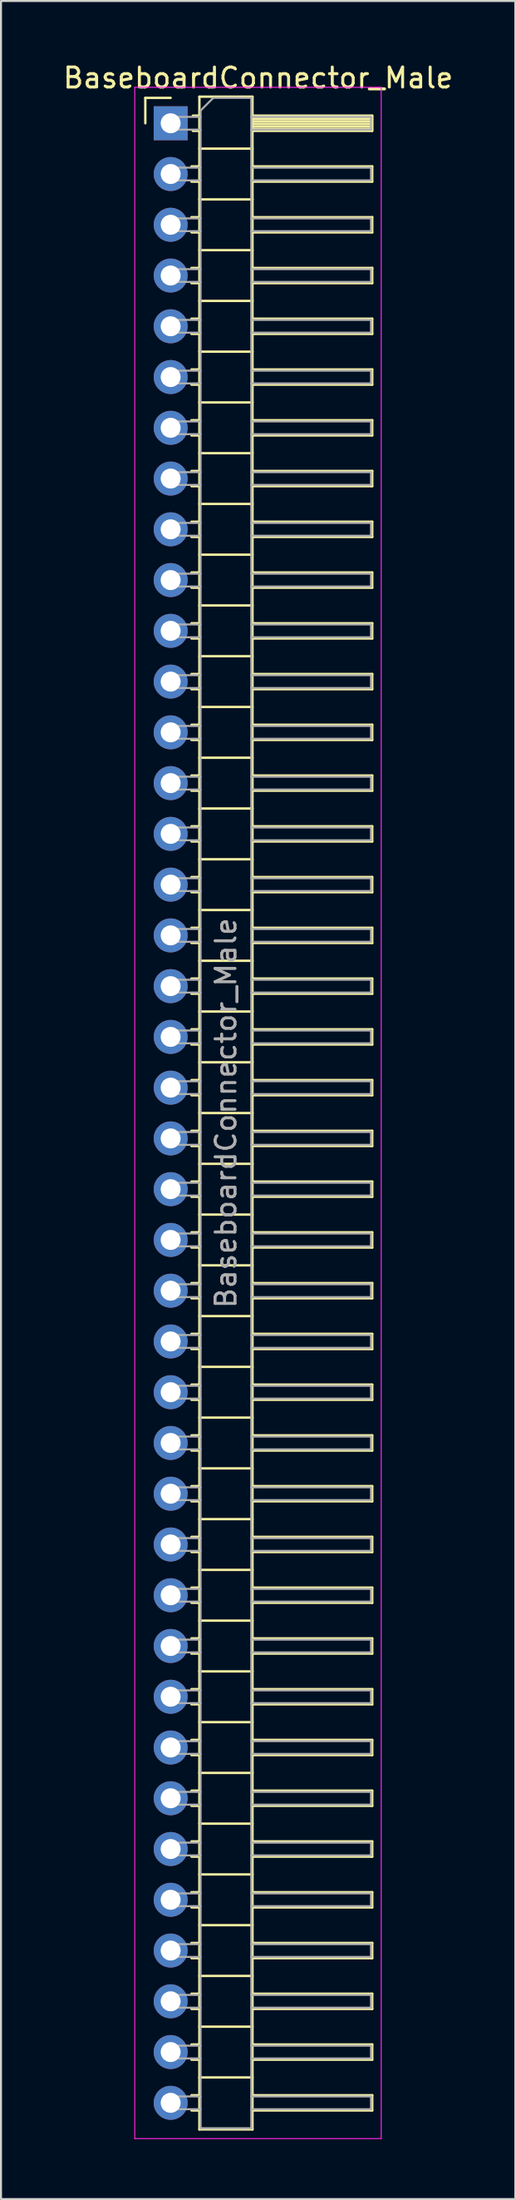
<source format=kicad_pcb>
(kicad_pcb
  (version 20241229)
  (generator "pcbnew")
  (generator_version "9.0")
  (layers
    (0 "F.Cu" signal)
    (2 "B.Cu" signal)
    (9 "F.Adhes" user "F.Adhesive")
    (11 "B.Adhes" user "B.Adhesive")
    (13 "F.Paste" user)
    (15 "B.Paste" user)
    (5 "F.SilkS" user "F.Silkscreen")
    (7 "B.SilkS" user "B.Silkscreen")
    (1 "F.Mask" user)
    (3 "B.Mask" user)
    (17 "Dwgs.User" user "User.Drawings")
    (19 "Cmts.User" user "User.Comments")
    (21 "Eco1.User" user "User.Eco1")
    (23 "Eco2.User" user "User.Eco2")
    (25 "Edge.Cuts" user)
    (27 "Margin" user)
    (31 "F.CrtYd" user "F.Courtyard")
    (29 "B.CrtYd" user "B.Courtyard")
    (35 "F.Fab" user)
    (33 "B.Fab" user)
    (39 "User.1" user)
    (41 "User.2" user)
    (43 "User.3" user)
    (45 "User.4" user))
  (footprint "BaseboardConnector_Male"
    (layer "F.Cu")
    (at 5.502 3.118)
    (property "Reference" "BaseboardConnector_Male" (at 4.385 -2.27 0) (layer "F.SilkS") (effects (font (size 1 1) (thickness 0.15))))
    (attr through_hole)
    (fp_line (start -1.27 -1.27) (end 0 -1.27) (stroke (width 0.12) (type solid)) (layer "F.SilkS"))
    (fp_line (start -1.27 0) (end -1.27 -1.27) (stroke (width 0.12) (type solid)) (layer "F.SilkS"))
    (fp_line (start 1.043 2.16) (end 1.44 2.16) (stroke (width 0.12) (type solid)) (layer "F.SilkS"))
    (fp_line (start 1.043 2.92) (end 1.44 2.92) (stroke (width 0.12) (type solid)) (layer "F.SilkS"))
    (fp_line (start 1.043 4.7) (end 1.44 4.7) (stroke (width 0.12) (type solid)) (layer "F.SilkS"))
    (fp_line (start 1.043 5.46) (end 1.44 5.46) (stroke (width 0.12) (type solid)) (layer "F.SilkS"))
    (fp_line (start 1.043 7.24) (end 1.44 7.24) (stroke (width 0.12) (type solid)) (layer "F.SilkS"))
    (fp_line (start 1.043 8) (end 1.44 8) (stroke (width 0.12) (type solid)) (layer "F.SilkS"))
    (fp_line (start 1.043 9.78) (end 1.44 9.78) (stroke (width 0.12) (type solid)) (layer "F.SilkS"))
    (fp_line (start 1.043 10.54) (end 1.44 10.54) (stroke (width 0.12) (type solid)) (layer "F.SilkS"))
    (fp_line (start 1.043 12.32) (end 1.44 12.32) (stroke (width 0.12) (type solid)) (layer "F.SilkS"))
    (fp_line (start 1.043 13.08) (end 1.44 13.08) (stroke (width 0.12) (type solid)) (layer "F.SilkS"))
    (fp_line (start 1.043 14.86) (end 1.44 14.86) (stroke (width 0.12) (type solid)) (layer "F.SilkS"))
    (fp_line (start 1.043 15.62) (end 1.44 15.62) (stroke (width 0.12) (type solid)) (layer "F.SilkS"))
    (fp_line (start 1.043 17.4) (end 1.44 17.4) (stroke (width 0.12) (type solid)) (layer "F.SilkS"))
    (fp_line (start 1.043 18.16) (end 1.44 18.16) (stroke (width 0.12) (type solid)) (layer "F.SilkS"))
    (fp_line (start 1.043 19.94) (end 1.44 19.94) (stroke (width 0.12) (type solid)) (layer "F.SilkS"))
    (fp_line (start 1.043 20.7) (end 1.44 20.7) (stroke (width 0.12) (type solid)) (layer "F.SilkS"))
    (fp_line (start 1.043 22.48) (end 1.44 22.48) (stroke (width 0.12) (type solid)) (layer "F.SilkS"))
    (fp_line (start 1.043 23.24) (end 1.44 23.24) (stroke (width 0.12) (type solid)) (layer "F.SilkS"))
    (fp_line (start 1.043 25.02) (end 1.44 25.02) (stroke (width 0.12) (type solid)) (layer "F.SilkS"))
    (fp_line (start 1.043 25.78) (end 1.44 25.78) (stroke (width 0.12) (type solid)) (layer "F.SilkS"))
    (fp_line (start 1.043 27.56) (end 1.44 27.56) (stroke (width 0.12) (type solid)) (layer "F.SilkS"))
    (fp_line (start 1.043 28.32) (end 1.44 28.32) (stroke (width 0.12) (type solid)) (layer "F.SilkS"))
    (fp_line (start 1.043 30.1) (end 1.44 30.1) (stroke (width 0.12) (type solid)) (layer "F.SilkS"))
    (fp_line (start 1.043 30.86) (end 1.44 30.86) (stroke (width 0.12) (type solid)) (layer "F.SilkS"))
    (fp_line (start 1.043 32.64) (end 1.44 32.64) (stroke (width 0.12) (type solid)) (layer "F.SilkS"))
    (fp_line (start 1.043 33.4) (end 1.44 33.4) (stroke (width 0.12) (type solid)) (layer "F.SilkS"))
    (fp_line (start 1.043 35.18) (end 1.44 35.18) (stroke (width 0.12) (type solid)) (layer "F.SilkS"))
    (fp_line (start 1.043 35.94) (end 1.44 35.94) (stroke (width 0.12) (type solid)) (layer "F.SilkS"))
    (fp_line (start 1.043 37.72) (end 1.44 37.72) (stroke (width 0.12) (type solid)) (layer "F.SilkS"))
    (fp_line (start 1.043 38.48) (end 1.44 38.48) (stroke (width 0.12) (type solid)) (layer "F.SilkS"))
    (fp_line (start 1.043 40.26) (end 1.44 40.26) (stroke (width 0.12) (type solid)) (layer "F.SilkS"))
    (fp_line (start 1.043 41.02) (end 1.44 41.02) (stroke (width 0.12) (type solid)) (layer "F.SilkS"))
    (fp_line (start 1.043 42.8) (end 1.44 42.8) (stroke (width 0.12) (type solid)) (layer "F.SilkS"))
    (fp_line (start 1.043 43.56) (end 1.44 43.56) (stroke (width 0.12) (type solid)) (layer "F.SilkS"))
    (fp_line (start 1.043 45.34) (end 1.44 45.34) (stroke (width 0.12) (type solid)) (layer "F.SilkS"))
    (fp_line (start 1.043 46.1) (end 1.44 46.1) (stroke (width 0.12) (type solid)) (layer "F.SilkS"))
    (fp_line (start 1.043 47.88) (end 1.44 47.88) (stroke (width 0.12) (type solid)) (layer "F.SilkS"))
    (fp_line (start 1.043 48.64) (end 1.44 48.64) (stroke (width 0.12) (type solid)) (layer "F.SilkS"))
    (fp_line (start 1.043 50.42) (end 1.44 50.42) (stroke (width 0.12) (type solid)) (layer "F.SilkS"))
    (fp_line (start 1.043 51.18) (end 1.44 51.18) (stroke (width 0.12) (type solid)) (layer "F.SilkS"))
    (fp_line (start 1.043 52.96) (end 1.44 52.96) (stroke (width 0.12) (type solid)) (layer "F.SilkS"))
    (fp_line (start 1.043 53.72) (end 1.44 53.72) (stroke (width 0.12) (type solid)) (layer "F.SilkS"))
    (fp_line (start 1.043 55.5) (end 1.44 55.5) (stroke (width 0.12) (type solid)) (layer "F.SilkS"))
    (fp_line (start 1.043 56.26) (end 1.44 56.26) (stroke (width 0.12) (type solid)) (layer "F.SilkS"))
    (fp_line (start 1.043 58.04) (end 1.44 58.04) (stroke (width 0.12) (type solid)) (layer "F.SilkS"))
    (fp_line (start 1.043 58.8) (end 1.44 58.8) (stroke (width 0.12) (type solid)) (layer "F.SilkS"))
    (fp_line (start 1.043 60.58) (end 1.44 60.58) (stroke (width 0.12) (type solid)) (layer "F.SilkS"))
    (fp_line (start 1.043 61.34) (end 1.44 61.34) (stroke (width 0.12) (type solid)) (layer "F.SilkS"))
    (fp_line (start 1.043 63.12) (end 1.44 63.12) (stroke (width 0.12) (type solid)) (layer "F.SilkS"))
    (fp_line (start 1.043 63.88) (end 1.44 63.88) (stroke (width 0.12) (type solid)) (layer "F.SilkS"))
    (fp_line (start 1.043 65.66) (end 1.44 65.66) (stroke (width 0.12) (type solid)) (layer "F.SilkS"))
    (fp_line (start 1.043 66.42) (end 1.44 66.42) (stroke (width 0.12) (type solid)) (layer "F.SilkS"))
    (fp_line (start 1.043 68.2) (end 1.44 68.2) (stroke (width 0.12) (type solid)) (layer "F.SilkS"))
    (fp_line (start 1.043 68.96) (end 1.44 68.96) (stroke (width 0.12) (type solid)) (layer "F.SilkS"))
    (fp_line (start 1.043 70.74) (end 1.44 70.74) (stroke (width 0.12) (type solid)) (layer "F.SilkS"))
    (fp_line (start 1.043 71.5) (end 1.44 71.5) (stroke (width 0.12) (type solid)) (layer "F.SilkS"))
    (fp_line (start 1.043 73.28) (end 1.44 73.28) (stroke (width 0.12) (type solid)) (layer "F.SilkS"))
    (fp_line (start 1.043 74.04) (end 1.44 74.04) (stroke (width 0.12) (type solid)) (layer "F.SilkS"))
    (fp_line (start 1.043 75.82) (end 1.44 75.82) (stroke (width 0.12) (type solid)) (layer "F.SilkS"))
    (fp_line (start 1.043 76.58) (end 1.44 76.58) (stroke (width 0.12) (type solid)) (layer "F.SilkS"))
    (fp_line (start 1.043 78.36) (end 1.44 78.36) (stroke (width 0.12) (type solid)) (layer "F.SilkS"))
    (fp_line (start 1.043 79.12) (end 1.44 79.12) (stroke (width 0.12) (type solid)) (layer "F.SilkS"))
    (fp_line (start 1.043 80.9) (end 1.44 80.9) (stroke (width 0.12) (type solid)) (layer "F.SilkS"))
    (fp_line (start 1.043 81.66) (end 1.44 81.66) (stroke (width 0.12) (type solid)) (layer "F.SilkS"))
    (fp_line (start 1.043 83.44) (end 1.44 83.44) (stroke (width 0.12) (type solid)) (layer "F.SilkS"))
    (fp_line (start 1.043 84.2) (end 1.44 84.2) (stroke (width 0.12) (type solid)) (layer "F.SilkS"))
    (fp_line (start 1.043 85.98) (end 1.44 85.98) (stroke (width 0.12) (type solid)) (layer "F.SilkS"))
    (fp_line (start 1.043 86.74) (end 1.44 86.74) (stroke (width 0.12) (type solid)) (layer "F.SilkS"))
    (fp_line (start 1.043 88.52) (end 1.44 88.52) (stroke (width 0.12) (type solid)) (layer "F.SilkS"))
    (fp_line (start 1.043 89.28) (end 1.44 89.28) (stroke (width 0.12) (type solid)) (layer "F.SilkS"))
    (fp_line (start 1.043 91.06) (end 1.44 91.06) (stroke (width 0.12) (type solid)) (layer "F.SilkS"))
    (fp_line (start 1.043 91.82) (end 1.44 91.82) (stroke (width 0.12) (type solid)) (layer "F.SilkS"))
    (fp_line (start 1.043 93.6) (end 1.44 93.6) (stroke (width 0.12) (type solid)) (layer "F.SilkS"))
    (fp_line (start 1.043 94.36) (end 1.44 94.36) (stroke (width 0.12) (type solid)) (layer "F.SilkS"))
    (fp_line (start 1.043 96.14) (end 1.44 96.14) (stroke (width 0.12) (type solid)) (layer "F.SilkS"))
    (fp_line (start 1.043 96.9) (end 1.44 96.9) (stroke (width 0.12) (type solid)) (layer "F.SilkS"))
    (fp_line (start 1.043 98.68) (end 1.44 98.68) (stroke (width 0.12) (type solid)) (layer "F.SilkS"))
    (fp_line (start 1.043 99.44) (end 1.44 99.44) (stroke (width 0.12) (type solid)) (layer "F.SilkS"))
    (fp_line (start 1.11 -0.38) (end 1.44 -0.38) (stroke (width 0.12) (type solid)) (layer "F.SilkS"))
    (fp_line (start 1.11 0.38) (end 1.44 0.38) (stroke (width 0.12) (type solid)) (layer "F.SilkS"))
    (fp_line (start 1.44 -1.33) (end 1.44 100.39) (stroke (width 0.12) (type solid)) (layer "F.SilkS"))
    (fp_line (start 1.44 1.27) (end 4.1 1.27) (stroke (width 0.12) (type solid)) (layer "F.SilkS"))
    (fp_line (start 1.44 3.81) (end 4.1 3.81) (stroke (width 0.12) (type solid)) (layer "F.SilkS"))
    (fp_line (start 1.44 6.35) (end 4.1 6.35) (stroke (width 0.12) (type solid)) (layer "F.SilkS"))
    (fp_line (start 1.44 8.89) (end 4.1 8.89) (stroke (width 0.12) (type solid)) (layer "F.SilkS"))
    (fp_line (start 1.44 11.43) (end 4.1 11.43) (stroke (width 0.12) (type solid)) (layer "F.SilkS"))
    (fp_line (start 1.44 13.97) (end 4.1 13.97) (stroke (width 0.12) (type solid)) (layer "F.SilkS"))
    (fp_line (start 1.44 16.51) (end 4.1 16.51) (stroke (width 0.12) (type solid)) (layer "F.SilkS"))
    (fp_line (start 1.44 19.05) (end 4.1 19.05) (stroke (width 0.12) (type solid)) (layer "F.SilkS"))
    (fp_line (start 1.44 21.59) (end 4.1 21.59) (stroke (width 0.12) (type solid)) (layer "F.SilkS"))
    (fp_line (start 1.44 24.13) (end 4.1 24.13) (stroke (width 0.12) (type solid)) (layer "F.SilkS"))
    (fp_line (start 1.44 26.67) (end 4.1 26.67) (stroke (width 0.12) (type solid)) (layer "F.SilkS"))
    (fp_line (start 1.44 29.21) (end 4.1 29.21) (stroke (width 0.12) (type solid)) (layer "F.SilkS"))
    (fp_line (start 1.44 31.75) (end 4.1 31.75) (stroke (width 0.12) (type solid)) (layer "F.SilkS"))
    (fp_line (start 1.44 34.29) (end 4.1 34.29) (stroke (width 0.12) (type solid)) (layer "F.SilkS"))
    (fp_line (start 1.44 36.83) (end 4.1 36.83) (stroke (width 0.12) (type solid)) (layer "F.SilkS"))
    (fp_line (start 1.44 39.37) (end 4.1 39.37) (stroke (width 0.12) (type solid)) (layer "F.SilkS"))
    (fp_line (start 1.44 41.91) (end 4.1 41.91) (stroke (width 0.12) (type solid)) (layer "F.SilkS"))
    (fp_line (start 1.44 44.45) (end 4.1 44.45) (stroke (width 0.12) (type solid)) (layer "F.SilkS"))
    (fp_line (start 1.44 46.99) (end 4.1 46.99) (stroke (width 0.12) (type solid)) (layer "F.SilkS"))
    (fp_line (start 1.44 49.53) (end 4.1 49.53) (stroke (width 0.12) (type solid)) (layer "F.SilkS"))
    (fp_line (start 1.44 52.07) (end 4.1 52.07) (stroke (width 0.12) (type solid)) (layer "F.SilkS"))
    (fp_line (start 1.44 54.61) (end 4.1 54.61) (stroke (width 0.12) (type solid)) (layer "F.SilkS"))
    (fp_line (start 1.44 57.15) (end 4.1 57.15) (stroke (width 0.12) (type solid)) (layer "F.SilkS"))
    (fp_line (start 1.44 59.69) (end 4.1 59.69) (stroke (width 0.12) (type solid)) (layer "F.SilkS"))
    (fp_line (start 1.44 62.23) (end 4.1 62.23) (stroke (width 0.12) (type solid)) (layer "F.SilkS"))
    (fp_line (start 1.44 64.77) (end 4.1 64.77) (stroke (width 0.12) (type solid)) (layer "F.SilkS"))
    (fp_line (start 1.44 67.31) (end 4.1 67.31) (stroke (width 0.12) (type solid)) (layer "F.SilkS"))
    (fp_line (start 1.44 69.85) (end 4.1 69.85) (stroke (width 0.12) (type solid)) (layer "F.SilkS"))
    (fp_line (start 1.44 72.39) (end 4.1 72.39) (stroke (width 0.12) (type solid)) (layer "F.SilkS"))
    (fp_line (start 1.44 74.93) (end 4.1 74.93) (stroke (width 0.12) (type solid)) (layer "F.SilkS"))
    (fp_line (start 1.44 77.47) (end 4.1 77.47) (stroke (width 0.12) (type solid)) (layer "F.SilkS"))
    (fp_line (start 1.44 80.01) (end 4.1 80.01) (stroke (width 0.12) (type solid)) (layer "F.SilkS"))
    (fp_line (start 1.44 82.55) (end 4.1 82.55) (stroke (width 0.12) (type solid)) (layer "F.SilkS"))
    (fp_line (start 1.44 85.09) (end 4.1 85.09) (stroke (width 0.12) (type solid)) (layer "F.SilkS"))
    (fp_line (start 1.44 87.63) (end 4.1 87.63) (stroke (width 0.12) (type solid)) (layer "F.SilkS"))
    (fp_line (start 1.44 90.17) (end 4.1 90.17) (stroke (width 0.12) (type solid)) (layer "F.SilkS"))
    (fp_line (start 1.44 92.71) (end 4.1 92.71) (stroke (width 0.12) (type solid)) (layer "F.SilkS"))
    (fp_line (start 1.44 95.25) (end 4.1 95.25) (stroke (width 0.12) (type solid)) (layer "F.SilkS"))
    (fp_line (start 1.44 97.79) (end 4.1 97.79) (stroke (width 0.12) (type solid)) (layer "F.SilkS"))
    (fp_line (start 1.44 100.39) (end 4.1 100.39) (stroke (width 0.12) (type solid)) (layer "F.SilkS"))
    (fp_line (start 4.1 -1.33) (end 1.44 -1.33) (stroke (width 0.12) (type solid)) (layer "F.SilkS"))
    (fp_line (start 4.1 -0.38) (end 10.1 -0.38) (stroke (width 0.12) (type solid)) (layer "F.SilkS"))
    (fp_line (start 4.1 -0.32) (end 10.1 -0.32) (stroke (width 0.12) (type solid)) (layer "F.SilkS"))
    (fp_line (start 4.1 -0.2) (end 10.1 -0.2) (stroke (width 0.12) (type solid)) (layer "F.SilkS"))
    (fp_line (start 4.1 -0.08) (end 10.1 -0.08) (stroke (width 0.12) (type solid)) (layer "F.SilkS"))
    (fp_line (start 4.1 0.04) (end 10.1 0.04) (stroke (width 0.12) (type solid)) (layer "F.SilkS"))
    (fp_line (start 4.1 0.16) (end 10.1 0.16) (stroke (width 0.12) (type solid)) (layer "F.SilkS"))
    (fp_line (start 4.1 0.28) (end 10.1 0.28) (stroke (width 0.12) (type solid)) (layer "F.SilkS"))
    (fp_line (start 4.1 2.16) (end 10.1 2.16) (stroke (width 0.12) (type solid)) (layer "F.SilkS"))
    (fp_line (start 4.1 4.7) (end 10.1 4.7) (stroke (width 0.12) (type solid)) (layer "F.SilkS"))
    (fp_line (start 4.1 7.24) (end 10.1 7.24) (stroke (width 0.12) (type solid)) (layer "F.SilkS"))
    (fp_line (start 4.1 9.78) (end 10.1 9.78) (stroke (width 0.12) (type solid)) (layer "F.SilkS"))
    (fp_line (start 4.1 12.32) (end 10.1 12.32) (stroke (width 0.12) (type solid)) (layer "F.SilkS"))
    (fp_line (start 4.1 14.86) (end 10.1 14.86) (stroke (width 0.12) (type solid)) (layer "F.SilkS"))
    (fp_line (start 4.1 17.4) (end 10.1 17.4) (stroke (width 0.12) (type solid)) (layer "F.SilkS"))
    (fp_line (start 4.1 19.94) (end 10.1 19.94) (stroke (width 0.12) (type solid)) (layer "F.SilkS"))
    (fp_line (start 4.1 22.48) (end 10.1 22.48) (stroke (width 0.12) (type solid)) (layer "F.SilkS"))
    (fp_line (start 4.1 25.02) (end 10.1 25.02) (stroke (width 0.12) (type solid)) (layer "F.SilkS"))
    (fp_line (start 4.1 27.56) (end 10.1 27.56) (stroke (width 0.12) (type solid)) (layer "F.SilkS"))
    (fp_line (start 4.1 30.1) (end 10.1 30.1) (stroke (width 0.12) (type solid)) (layer "F.SilkS"))
    (fp_line (start 4.1 32.64) (end 10.1 32.64) (stroke (width 0.12) (type solid)) (layer "F.SilkS"))
    (fp_line (start 4.1 35.18) (end 10.1 35.18) (stroke (width 0.12) (type solid)) (layer "F.SilkS"))
    (fp_line (start 4.1 37.72) (end 10.1 37.72) (stroke (width 0.12) (type solid)) (layer "F.SilkS"))
    (fp_line (start 4.1 40.26) (end 10.1 40.26) (stroke (width 0.12) (type solid)) (layer "F.SilkS"))
    (fp_line (start 4.1 42.8) (end 10.1 42.8) (stroke (width 0.12) (type solid)) (layer "F.SilkS"))
    (fp_line (start 4.1 45.34) (end 10.1 45.34) (stroke (width 0.12) (type solid)) (layer "F.SilkS"))
    (fp_line (start 4.1 47.88) (end 10.1 47.88) (stroke (width 0.12) (type solid)) (layer "F.SilkS"))
    (fp_line (start 4.1 50.42) (end 10.1 50.42) (stroke (width 0.12) (type solid)) (layer "F.SilkS"))
    (fp_line (start 4.1 52.96) (end 10.1 52.96) (stroke (width 0.12) (type solid)) (layer "F.SilkS"))
    (fp_line (start 4.1 55.5) (end 10.1 55.5) (stroke (width 0.12) (type solid)) (layer "F.SilkS"))
    (fp_line (start 4.1 58.04) (end 10.1 58.04) (stroke (width 0.12) (type solid)) (layer "F.SilkS"))
    (fp_line (start 4.1 60.58) (end 10.1 60.58) (stroke (width 0.12) (type solid)) (layer "F.SilkS"))
    (fp_line (start 4.1 63.12) (end 10.1 63.12) (stroke (width 0.12) (type solid)) (layer "F.SilkS"))
    (fp_line (start 4.1 65.66) (end 10.1 65.66) (stroke (width 0.12) (type solid)) (layer "F.SilkS"))
    (fp_line (start 4.1 68.2) (end 10.1 68.2) (stroke (width 0.12) (type solid)) (layer "F.SilkS"))
    (fp_line (start 4.1 70.74) (end 10.1 70.74) (stroke (width 0.12) (type solid)) (layer "F.SilkS"))
    (fp_line (start 4.1 73.28) (end 10.1 73.28) (stroke (width 0.12) (type solid)) (layer "F.SilkS"))
    (fp_line (start 4.1 75.82) (end 10.1 75.82) (stroke (width 0.12) (type solid)) (layer "F.SilkS"))
    (fp_line (start 4.1 78.36) (end 10.1 78.36) (stroke (width 0.12) (type solid)) (layer "F.SilkS"))
    (fp_line (start 4.1 80.9) (end 10.1 80.9) (stroke (width 0.12) (type solid)) (layer "F.SilkS"))
    (fp_line (start 4.1 83.44) (end 10.1 83.44) (stroke (width 0.12) (type solid)) (layer "F.SilkS"))
    (fp_line (start 4.1 85.98) (end 10.1 85.98) (stroke (width 0.12) (type solid)) (layer "F.SilkS"))
    (fp_line (start 4.1 88.52) (end 10.1 88.52) (stroke (width 0.12) (type solid)) (layer "F.SilkS"))
    (fp_line (start 4.1 91.06) (end 10.1 91.06) (stroke (width 0.12) (type solid)) (layer "F.SilkS"))
    (fp_line (start 4.1 93.6) (end 10.1 93.6) (stroke (width 0.12) (type solid)) (layer "F.SilkS"))
    (fp_line (start 4.1 96.14) (end 10.1 96.14) (stroke (width 0.12) (type solid)) (layer "F.SilkS"))
    (fp_line (start 4.1 98.68) (end 10.1 98.68) (stroke (width 0.12) (type solid)) (layer "F.SilkS"))
    (fp_line (start 4.1 100.39) (end 4.1 -1.33) (stroke (width 0.12) (type solid)) (layer "F.SilkS"))
    (fp_line (start 10.1 -0.38) (end 10.1 0.38) (stroke (width 0.12) (type solid)) (layer "F.SilkS"))
    (fp_line (start 10.1 0.38) (end 4.1 0.38) (stroke (width 0.12) (type solid)) (layer "F.SilkS"))
    (fp_line (start 10.1 2.16) (end 10.1 2.92) (stroke (width 0.12) (type solid)) (layer "F.SilkS"))
    (fp_line (start 10.1 2.92) (end 4.1 2.92) (stroke (width 0.12) (type solid)) (layer "F.SilkS"))
    (fp_line (start 10.1 4.7) (end 10.1 5.46) (stroke (width 0.12) (type solid)) (layer "F.SilkS"))
    (fp_line (start 10.1 5.46) (end 4.1 5.46) (stroke (width 0.12) (type solid)) (layer "F.SilkS"))
    (fp_line (start 10.1 7.24) (end 10.1 8) (stroke (width 0.12) (type solid)) (layer "F.SilkS"))
    (fp_line (start 10.1 8) (end 4.1 8) (stroke (width 0.12) (type solid)) (layer "F.SilkS"))
    (fp_line (start 10.1 9.78) (end 10.1 10.54) (stroke (width 0.12) (type solid)) (layer "F.SilkS"))
    (fp_line (start 10.1 10.54) (end 4.1 10.54) (stroke (width 0.12) (type solid)) (layer "F.SilkS"))
    (fp_line (start 10.1 12.32) (end 10.1 13.08) (stroke (width 0.12) (type solid)) (layer "F.SilkS"))
    (fp_line (start 10.1 13.08) (end 4.1 13.08) (stroke (width 0.12) (type solid)) (layer "F.SilkS"))
    (fp_line (start 10.1 14.86) (end 10.1 15.62) (stroke (width 0.12) (type solid)) (layer "F.SilkS"))
    (fp_line (start 10.1 15.62) (end 4.1 15.62) (stroke (width 0.12) (type solid)) (layer "F.SilkS"))
    (fp_line (start 10.1 17.4) (end 10.1 18.16) (stroke (width 0.12) (type solid)) (layer "F.SilkS"))
    (fp_line (start 10.1 18.16) (end 4.1 18.16) (stroke (width 0.12) (type solid)) (layer "F.SilkS"))
    (fp_line (start 10.1 19.94) (end 10.1 20.7) (stroke (width 0.12) (type solid)) (layer "F.SilkS"))
    (fp_line (start 10.1 20.7) (end 4.1 20.7) (stroke (width 0.12) (type solid)) (layer "F.SilkS"))
    (fp_line (start 10.1 22.48) (end 10.1 23.24) (stroke (width 0.12) (type solid)) (layer "F.SilkS"))
    (fp_line (start 10.1 23.24) (end 4.1 23.24) (stroke (width 0.12) (type solid)) (layer "F.SilkS"))
    (fp_line (start 10.1 25.02) (end 10.1 25.78) (stroke (width 0.12) (type solid)) (layer "F.SilkS"))
    (fp_line (start 10.1 25.78) (end 4.1 25.78) (stroke (width 0.12) (type solid)) (layer "F.SilkS"))
    (fp_line (start 10.1 27.56) (end 10.1 28.32) (stroke (width 0.12) (type solid)) (layer "F.SilkS"))
    (fp_line (start 10.1 28.32) (end 4.1 28.32) (stroke (width 0.12) (type solid)) (layer "F.SilkS"))
    (fp_line (start 10.1 30.1) (end 10.1 30.86) (stroke (width 0.12) (type solid)) (layer "F.SilkS"))
    (fp_line (start 10.1 30.86) (end 4.1 30.86) (stroke (width 0.12) (type solid)) (layer "F.SilkS"))
    (fp_line (start 10.1 32.64) (end 10.1 33.4) (stroke (width 0.12) (type solid)) (layer "F.SilkS"))
    (fp_line (start 10.1 33.4) (end 4.1 33.4) (stroke (width 0.12) (type solid)) (layer "F.SilkS"))
    (fp_line (start 10.1 35.18) (end 10.1 35.94) (stroke (width 0.12) (type solid)) (layer "F.SilkS"))
    (fp_line (start 10.1 35.94) (end 4.1 35.94) (stroke (width 0.12) (type solid)) (layer "F.SilkS"))
    (fp_line (start 10.1 37.72) (end 10.1 38.48) (stroke (width 0.12) (type solid)) (layer "F.SilkS"))
    (fp_line (start 10.1 38.48) (end 4.1 38.48) (stroke (width 0.12) (type solid)) (layer "F.SilkS"))
    (fp_line (start 10.1 40.26) (end 10.1 41.02) (stroke (width 0.12) (type solid)) (layer "F.SilkS"))
    (fp_line (start 10.1 41.02) (end 4.1 41.02) (stroke (width 0.12) (type solid)) (layer "F.SilkS"))
    (fp_line (start 10.1 42.8) (end 10.1 43.56) (stroke (width 0.12) (type solid)) (layer "F.SilkS"))
    (fp_line (start 10.1 43.56) (end 4.1 43.56) (stroke (width 0.12) (type solid)) (layer "F.SilkS"))
    (fp_line (start 10.1 45.34) (end 10.1 46.1) (stroke (width 0.12) (type solid)) (layer "F.SilkS"))
    (fp_line (start 10.1 46.1) (end 4.1 46.1) (stroke (width 0.12) (type solid)) (layer "F.SilkS"))
    (fp_line (start 10.1 47.88) (end 10.1 48.64) (stroke (width 0.12) (type solid)) (layer "F.SilkS"))
    (fp_line (start 10.1 48.64) (end 4.1 48.64) (stroke (width 0.12) (type solid)) (layer "F.SilkS"))
    (fp_line (start 10.1 50.42) (end 10.1 51.18) (stroke (width 0.12) (type solid)) (layer "F.SilkS"))
    (fp_line (start 10.1 51.18) (end 4.1 51.18) (stroke (width 0.12) (type solid)) (layer "F.SilkS"))
    (fp_line (start 10.1 52.96) (end 10.1 53.72) (stroke (width 0.12) (type solid)) (layer "F.SilkS"))
    (fp_line (start 10.1 53.72) (end 4.1 53.72) (stroke (width 0.12) (type solid)) (layer "F.SilkS"))
    (fp_line (start 10.1 55.5) (end 10.1 56.26) (stroke (width 0.12) (type solid)) (layer "F.SilkS"))
    (fp_line (start 10.1 56.26) (end 4.1 56.26) (stroke (width 0.12) (type solid)) (layer "F.SilkS"))
    (fp_line (start 10.1 58.04) (end 10.1 58.8) (stroke (width 0.12) (type solid)) (layer "F.SilkS"))
    (fp_line (start 10.1 58.8) (end 4.1 58.8) (stroke (width 0.12) (type solid)) (layer "F.SilkS"))
    (fp_line (start 10.1 60.58) (end 10.1 61.34) (stroke (width 0.12) (type solid)) (layer "F.SilkS"))
    (fp_line (start 10.1 61.34) (end 4.1 61.34) (stroke (width 0.12) (type solid)) (layer "F.SilkS"))
    (fp_line (start 10.1 63.12) (end 10.1 63.88) (stroke (width 0.12) (type solid)) (layer "F.SilkS"))
    (fp_line (start 10.1 63.88) (end 4.1 63.88) (stroke (width 0.12) (type solid)) (layer "F.SilkS"))
    (fp_line (start 10.1 65.66) (end 10.1 66.42) (stroke (width 0.12) (type solid)) (layer "F.SilkS"))
    (fp_line (start 10.1 66.42) (end 4.1 66.42) (stroke (width 0.12) (type solid)) (layer "F.SilkS"))
    (fp_line (start 10.1 68.2) (end 10.1 68.96) (stroke (width 0.12) (type solid)) (layer "F.SilkS"))
    (fp_line (start 10.1 68.96) (end 4.1 68.96) (stroke (width 0.12) (type solid)) (layer "F.SilkS"))
    (fp_line (start 10.1 70.74) (end 10.1 71.5) (stroke (width 0.12) (type solid)) (layer "F.SilkS"))
    (fp_line (start 10.1 71.5) (end 4.1 71.5) (stroke (width 0.12) (type solid)) (layer "F.SilkS"))
    (fp_line (start 10.1 73.28) (end 10.1 74.04) (stroke (width 0.12) (type solid)) (layer "F.SilkS"))
    (fp_line (start 10.1 74.04) (end 4.1 74.04) (stroke (width 0.12) (type solid)) (layer "F.SilkS"))
    (fp_line (start 10.1 75.82) (end 10.1 76.58) (stroke (width 0.12) (type solid)) (layer "F.SilkS"))
    (fp_line (start 10.1 76.58) (end 4.1 76.58) (stroke (width 0.12) (type solid)) (layer "F.SilkS"))
    (fp_line (start 10.1 78.36) (end 10.1 79.12) (stroke (width 0.12) (type solid)) (layer "F.SilkS"))
    (fp_line (start 10.1 79.12) (end 4.1 79.12) (stroke (width 0.12) (type solid)) (layer "F.SilkS"))
    (fp_line (start 10.1 80.9) (end 10.1 81.66) (stroke (width 0.12) (type solid)) (layer "F.SilkS"))
    (fp_line (start 10.1 81.66) (end 4.1 81.66) (stroke (width 0.12) (type solid)) (layer "F.SilkS"))
    (fp_line (start 10.1 83.44) (end 10.1 84.2) (stroke (width 0.12) (type solid)) (layer "F.SilkS"))
    (fp_line (start 10.1 84.2) (end 4.1 84.2) (stroke (width 0.12) (type solid)) (layer "F.SilkS"))
    (fp_line (start 10.1 85.98) (end 10.1 86.74) (stroke (width 0.12) (type solid)) (layer "F.SilkS"))
    (fp_line (start 10.1 86.74) (end 4.1 86.74) (stroke (width 0.12) (type solid)) (layer "F.SilkS"))
    (fp_line (start 10.1 88.52) (end 10.1 89.28) (stroke (width 0.12) (type solid)) (layer "F.SilkS"))
    (fp_line (start 10.1 89.28) (end 4.1 89.28) (stroke (width 0.12) (type solid)) (layer "F.SilkS"))
    (fp_line (start 10.1 91.06) (end 10.1 91.82) (stroke (width 0.12) (type solid)) (layer "F.SilkS"))
    (fp_line (start 10.1 91.82) (end 4.1 91.82) (stroke (width 0.12) (type solid)) (layer "F.SilkS"))
    (fp_line (start 10.1 93.6) (end 10.1 94.36) (stroke (width 0.12) (type solid)) (layer "F.SilkS"))
    (fp_line (start 10.1 94.36) (end 4.1 94.36) (stroke (width 0.12) (type solid)) (layer "F.SilkS"))
    (fp_line (start 10.1 96.14) (end 10.1 96.9) (stroke (width 0.12) (type solid)) (layer "F.SilkS"))
    (fp_line (start 10.1 96.9) (end 4.1 96.9) (stroke (width 0.12) (type solid)) (layer "F.SilkS"))
    (fp_line (start 10.1 98.68) (end 10.1 99.44) (stroke (width 0.12) (type solid)) (layer "F.SilkS"))
    (fp_line (start 10.1 99.44) (end 4.1 99.44) (stroke (width 0.12) (type solid)) (layer "F.SilkS"))
    (fp_line (start -1.8 -1.8) (end -1.8 100.85) (stroke (width 0.05) (type solid)) (layer "F.CrtYd"))
    (fp_line (start -1.8 100.85) (end 10.55 100.85) (stroke (width 0.05) (type solid)) (layer "F.CrtYd"))
    (fp_line (start 10.55 -1.8) (end -1.8 -1.8) (stroke (width 0.05) (type solid)) (layer "F.CrtYd"))
    (fp_line (start 10.55 100.85) (end 10.55 -1.8) (stroke (width 0.05) (type solid)) (layer "F.CrtYd"))
    (fp_line (start -0.32 -0.32) (end -0.32 0.32) (stroke (width 0.1) (type solid)) (layer "F.Fab"))
    (fp_line (start -0.32 -0.32) (end 1.5 -0.32) (stroke (width 0.1) (type solid)) (layer "F.Fab"))
    (fp_line (start -0.32 0.32) (end 1.5 0.32) (stroke (width 0.1) (type solid)) (layer "F.Fab"))
    (fp_line (start -0.32 2.22) (end -0.32 2.86) (stroke (width 0.1) (type solid)) (layer "F.Fab"))
    (fp_line (start -0.32 2.22) (end 1.5 2.22) (stroke (width 0.1) (type solid)) (layer "F.Fab"))
    (fp_line (start -0.32 2.86) (end 1.5 2.86) (stroke (width 0.1) (type solid)) (layer "F.Fab"))
    (fp_line (start -0.32 4.76) (end -0.32 5.4) (stroke (width 0.1) (type solid)) (layer "F.Fab"))
    (fp_line (start -0.32 4.76) (end 1.5 4.76) (stroke (width 0.1) (type solid)) (layer "F.Fab"))
    (fp_line (start -0.32 5.4) (end 1.5 5.4) (stroke (width 0.1) (type solid)) (layer "F.Fab"))
    (fp_line (start -0.32 7.3) (end -0.32 7.94) (stroke (width 0.1) (type solid)) (layer "F.Fab"))
    (fp_line (start -0.32 7.3) (end 1.5 7.3) (stroke (width 0.1) (type solid)) (layer "F.Fab"))
    (fp_line (start -0.32 7.94) (end 1.5 7.94) (stroke (width 0.1) (type solid)) (layer "F.Fab"))
    (fp_line (start -0.32 9.84) (end -0.32 10.48) (stroke (width 0.1) (type solid)) (layer "F.Fab"))
    (fp_line (start -0.32 9.84) (end 1.5 9.84) (stroke (width 0.1) (type solid)) (layer "F.Fab"))
    (fp_line (start -0.32 10.48) (end 1.5 10.48) (stroke (width 0.1) (type solid)) (layer "F.Fab"))
    (fp_line (start -0.32 12.38) (end -0.32 13.02) (stroke (width 0.1) (type solid)) (layer "F.Fab"))
    (fp_line (start -0.32 12.38) (end 1.5 12.38) (stroke (width 0.1) (type solid)) (layer "F.Fab"))
    (fp_line (start -0.32 13.02) (end 1.5 13.02) (stroke (width 0.1) (type solid)) (layer "F.Fab"))
    (fp_line (start -0.32 14.92) (end -0.32 15.56) (stroke (width 0.1) (type solid)) (layer "F.Fab"))
    (fp_line (start -0.32 14.92) (end 1.5 14.92) (stroke (width 0.1) (type solid)) (layer "F.Fab"))
    (fp_line (start -0.32 15.56) (end 1.5 15.56) (stroke (width 0.1) (type solid)) (layer "F.Fab"))
    (fp_line (start -0.32 17.46) (end -0.32 18.1) (stroke (width 0.1) (type solid)) (layer "F.Fab"))
    (fp_line (start -0.32 17.46) (end 1.5 17.46) (stroke (width 0.1) (type solid)) (layer "F.Fab"))
    (fp_line (start -0.32 18.1) (end 1.5 18.1) (stroke (width 0.1) (type solid)) (layer "F.Fab"))
    (fp_line (start -0.32 20) (end -0.32 20.64) (stroke (width 0.1) (type solid)) (layer "F.Fab"))
    (fp_line (start -0.32 20) (end 1.5 20) (stroke (width 0.1) (type solid)) (layer "F.Fab"))
    (fp_line (start -0.32 20.64) (end 1.5 20.64) (stroke (width 0.1) (type solid)) (layer "F.Fab"))
    (fp_line (start -0.32 22.54) (end -0.32 23.18) (stroke (width 0.1) (type solid)) (layer "F.Fab"))
    (fp_line (start -0.32 22.54) (end 1.5 22.54) (stroke (width 0.1) (type solid)) (layer "F.Fab"))
    (fp_line (start -0.32 23.18) (end 1.5 23.18) (stroke (width 0.1) (type solid)) (layer "F.Fab"))
    (fp_line (start -0.32 25.08) (end -0.32 25.72) (stroke (width 0.1) (type solid)) (layer "F.Fab"))
    (fp_line (start -0.32 25.08) (end 1.5 25.08) (stroke (width 0.1) (type solid)) (layer "F.Fab"))
    (fp_line (start -0.32 25.72) (end 1.5 25.72) (stroke (width 0.1) (type solid)) (layer "F.Fab"))
    (fp_line (start -0.32 27.62) (end -0.32 28.26) (stroke (width 0.1) (type solid)) (layer "F.Fab"))
    (fp_line (start -0.32 27.62) (end 1.5 27.62) (stroke (width 0.1) (type solid)) (layer "F.Fab"))
    (fp_line (start -0.32 28.26) (end 1.5 28.26) (stroke (width 0.1) (type solid)) (layer "F.Fab"))
    (fp_line (start -0.32 30.16) (end -0.32 30.8) (stroke (width 0.1) (type solid)) (layer "F.Fab"))
    (fp_line (start -0.32 30.16) (end 1.5 30.16) (stroke (width 0.1) (type solid)) (layer "F.Fab"))
    (fp_line (start -0.32 30.8) (end 1.5 30.8) (stroke (width 0.1) (type solid)) (layer "F.Fab"))
    (fp_line (start -0.32 32.7) (end -0.32 33.34) (stroke (width 0.1) (type solid)) (layer "F.Fab"))
    (fp_line (start -0.32 32.7) (end 1.5 32.7) (stroke (width 0.1) (type solid)) (layer "F.Fab"))
    (fp_line (start -0.32 33.34) (end 1.5 33.34) (stroke (width 0.1) (type solid)) (layer "F.Fab"))
    (fp_line (start -0.32 35.24) (end -0.32 35.88) (stroke (width 0.1) (type solid)) (layer "F.Fab"))
    (fp_line (start -0.32 35.24) (end 1.5 35.24) (stroke (width 0.1) (type solid)) (layer "F.Fab"))
    (fp_line (start -0.32 35.88) (end 1.5 35.88) (stroke (width 0.1) (type solid)) (layer "F.Fab"))
    (fp_line (start -0.32 37.78) (end -0.32 38.42) (stroke (width 0.1) (type solid)) (layer "F.Fab"))
    (fp_line (start -0.32 37.78) (end 1.5 37.78) (stroke (width 0.1) (type solid)) (layer "F.Fab"))
    (fp_line (start -0.32 38.42) (end 1.5 38.42) (stroke (width 0.1) (type solid)) (layer "F.Fab"))
    (fp_line (start -0.32 40.32) (end -0.32 40.96) (stroke (width 0.1) (type solid)) (layer "F.Fab"))
    (fp_line (start -0.32 40.32) (end 1.5 40.32) (stroke (width 0.1) (type solid)) (layer "F.Fab"))
    (fp_line (start -0.32 40.96) (end 1.5 40.96) (stroke (width 0.1) (type solid)) (layer "F.Fab"))
    (fp_line (start -0.32 42.86) (end -0.32 43.5) (stroke (width 0.1) (type solid)) (layer "F.Fab"))
    (fp_line (start -0.32 42.86) (end 1.5 42.86) (stroke (width 0.1) (type solid)) (layer "F.Fab"))
    (fp_line (start -0.32 43.5) (end 1.5 43.5) (stroke (width 0.1) (type solid)) (layer "F.Fab"))
    (fp_line (start -0.32 45.4) (end -0.32 46.04) (stroke (width 0.1) (type solid)) (layer "F.Fab"))
    (fp_line (start -0.32 45.4) (end 1.5 45.4) (stroke (width 0.1) (type solid)) (layer "F.Fab"))
    (fp_line (start -0.32 46.04) (end 1.5 46.04) (stroke (width 0.1) (type solid)) (layer "F.Fab"))
    (fp_line (start -0.32 47.94) (end -0.32 48.58) (stroke (width 0.1) (type solid)) (layer "F.Fab"))
    (fp_line (start -0.32 47.94) (end 1.5 47.94) (stroke (width 0.1) (type solid)) (layer "F.Fab"))
    (fp_line (start -0.32 48.58) (end 1.5 48.58) (stroke (width 0.1) (type solid)) (layer "F.Fab"))
    (fp_line (start -0.32 50.48) (end -0.32 51.12) (stroke (width 0.1) (type solid)) (layer "F.Fab"))
    (fp_line (start -0.32 50.48) (end 1.5 50.48) (stroke (width 0.1) (type solid)) (layer "F.Fab"))
    (fp_line (start -0.32 51.12) (end 1.5 51.12) (stroke (width 0.1) (type solid)) (layer "F.Fab"))
    (fp_line (start -0.32 53.02) (end -0.32 53.66) (stroke (width 0.1) (type solid)) (layer "F.Fab"))
    (fp_line (start -0.32 53.02) (end 1.5 53.02) (stroke (width 0.1) (type solid)) (layer "F.Fab"))
    (fp_line (start -0.32 53.66) (end 1.5 53.66) (stroke (width 0.1) (type solid)) (layer "F.Fab"))
    (fp_line (start -0.32 55.56) (end -0.32 56.2) (stroke (width 0.1) (type solid)) (layer "F.Fab"))
    (fp_line (start -0.32 55.56) (end 1.5 55.56) (stroke (width 0.1) (type solid)) (layer "F.Fab"))
    (fp_line (start -0.32 56.2) (end 1.5 56.2) (stroke (width 0.1) (type solid)) (layer "F.Fab"))
    (fp_line (start -0.32 58.1) (end -0.32 58.74) (stroke (width 0.1) (type solid)) (layer "F.Fab"))
    (fp_line (start -0.32 58.1) (end 1.5 58.1) (stroke (width 0.1) (type solid)) (layer "F.Fab"))
    (fp_line (start -0.32 58.74) (end 1.5 58.74) (stroke (width 0.1) (type solid)) (layer "F.Fab"))
    (fp_line (start -0.32 60.64) (end -0.32 61.28) (stroke (width 0.1) (type solid)) (layer "F.Fab"))
    (fp_line (start -0.32 60.64) (end 1.5 60.64) (stroke (width 0.1) (type solid)) (layer "F.Fab"))
    (fp_line (start -0.32 61.28) (end 1.5 61.28) (stroke (width 0.1) (type solid)) (layer "F.Fab"))
    (fp_line (start -0.32 63.18) (end -0.32 63.82) (stroke (width 0.1) (type solid)) (layer "F.Fab"))
    (fp_line (start -0.32 63.18) (end 1.5 63.18) (stroke (width 0.1) (type solid)) (layer "F.Fab"))
    (fp_line (start -0.32 63.82) (end 1.5 63.82) (stroke (width 0.1) (type solid)) (layer "F.Fab"))
    (fp_line (start -0.32 65.72) (end -0.32 66.36) (stroke (width 0.1) (type solid)) (layer "F.Fab"))
    (fp_line (start -0.32 65.72) (end 1.5 65.72) (stroke (width 0.1) (type solid)) (layer "F.Fab"))
    (fp_line (start -0.32 66.36) (end 1.5 66.36) (stroke (width 0.1) (type solid)) (layer "F.Fab"))
    (fp_line (start -0.32 68.26) (end -0.32 68.9) (stroke (width 0.1) (type solid)) (layer "F.Fab"))
    (fp_line (start -0.32 68.26) (end 1.5 68.26) (stroke (width 0.1) (type solid)) (layer "F.Fab"))
    (fp_line (start -0.32 68.9) (end 1.5 68.9) (stroke (width 0.1) (type solid)) (layer "F.Fab"))
    (fp_line (start -0.32 70.8) (end -0.32 71.44) (stroke (width 0.1) (type solid)) (layer "F.Fab"))
    (fp_line (start -0.32 70.8) (end 1.5 70.8) (stroke (width 0.1) (type solid)) (layer "F.Fab"))
    (fp_line (start -0.32 71.44) (end 1.5 71.44) (stroke (width 0.1) (type solid)) (layer "F.Fab"))
    (fp_line (start -0.32 73.34) (end -0.32 73.98) (stroke (width 0.1) (type solid)) (layer "F.Fab"))
    (fp_line (start -0.32 73.34) (end 1.5 73.34) (stroke (width 0.1) (type solid)) (layer "F.Fab"))
    (fp_line (start -0.32 73.98) (end 1.5 73.98) (stroke (width 0.1) (type solid)) (layer "F.Fab"))
    (fp_line (start -0.32 75.88) (end -0.32 76.52) (stroke (width 0.1) (type solid)) (layer "F.Fab"))
    (fp_line (start -0.32 75.88) (end 1.5 75.88) (stroke (width 0.1) (type solid)) (layer "F.Fab"))
    (fp_line (start -0.32 76.52) (end 1.5 76.52) (stroke (width 0.1) (type solid)) (layer "F.Fab"))
    (fp_line (start -0.32 78.42) (end -0.32 79.06) (stroke (width 0.1) (type solid)) (layer "F.Fab"))
    (fp_line (start -0.32 78.42) (end 1.5 78.42) (stroke (width 0.1) (type solid)) (layer "F.Fab"))
    (fp_line (start -0.32 79.06) (end 1.5 79.06) (stroke (width 0.1) (type solid)) (layer "F.Fab"))
    (fp_line (start -0.32 80.96) (end -0.32 81.6) (stroke (width 0.1) (type solid)) (layer "F.Fab"))
    (fp_line (start -0.32 80.96) (end 1.5 80.96) (stroke (width 0.1) (type solid)) (layer "F.Fab"))
    (fp_line (start -0.32 81.6) (end 1.5 81.6) (stroke (width 0.1) (type solid)) (layer "F.Fab"))
    (fp_line (start -0.32 83.5) (end -0.32 84.14) (stroke (width 0.1) (type solid)) (layer "F.Fab"))
    (fp_line (start -0.32 83.5) (end 1.5 83.5) (stroke (width 0.1) (type solid)) (layer "F.Fab"))
    (fp_line (start -0.32 84.14) (end 1.5 84.14) (stroke (width 0.1) (type solid)) (layer "F.Fab"))
    (fp_line (start -0.32 86.04) (end -0.32 86.68) (stroke (width 0.1) (type solid)) (layer "F.Fab"))
    (fp_line (start -0.32 86.04) (end 1.5 86.04) (stroke (width 0.1) (type solid)) (layer "F.Fab"))
    (fp_line (start -0.32 86.68) (end 1.5 86.68) (stroke (width 0.1) (type solid)) (layer "F.Fab"))
    (fp_line (start -0.32 88.58) (end -0.32 89.22) (stroke (width 0.1) (type solid)) (layer "F.Fab"))
    (fp_line (start -0.32 88.58) (end 1.5 88.58) (stroke (width 0.1) (type solid)) (layer "F.Fab"))
    (fp_line (start -0.32 89.22) (end 1.5 89.22) (stroke (width 0.1) (type solid)) (layer "F.Fab"))
    (fp_line (start -0.32 91.12) (end -0.32 91.76) (stroke (width 0.1) (type solid)) (layer "F.Fab"))
    (fp_line (start -0.32 91.12) (end 1.5 91.12) (stroke (width 0.1) (type solid)) (layer "F.Fab"))
    (fp_line (start -0.32 91.76) (end 1.5 91.76) (stroke (width 0.1) (type solid)) (layer "F.Fab"))
    (fp_line (start -0.32 93.66) (end -0.32 94.3) (stroke (width 0.1) (type solid)) (layer "F.Fab"))
    (fp_line (start -0.32 93.66) (end 1.5 93.66) (stroke (width 0.1) (type solid)) (layer "F.Fab"))
    (fp_line (start -0.32 94.3) (end 1.5 94.3) (stroke (width 0.1) (type solid)) (layer "F.Fab"))
    (fp_line (start -0.32 96.2) (end -0.32 96.84) (stroke (width 0.1) (type solid)) (layer "F.Fab"))
    (fp_line (start -0.32 96.2) (end 1.5 96.2) (stroke (width 0.1) (type solid)) (layer "F.Fab"))
    (fp_line (start -0.32 96.84) (end 1.5 96.84) (stroke (width 0.1) (type solid)) (layer "F.Fab"))
    (fp_line (start -0.32 98.74) (end -0.32 99.38) (stroke (width 0.1) (type solid)) (layer "F.Fab"))
    (fp_line (start -0.32 98.74) (end 1.5 98.74) (stroke (width 0.1) (type solid)) (layer "F.Fab"))
    (fp_line (start -0.32 99.38) (end 1.5 99.38) (stroke (width 0.1) (type solid)) (layer "F.Fab"))
    (fp_line (start 1.5 -0.635) (end 2.135 -1.27) (stroke (width 0.1) (type solid)) (layer "F.Fab"))
    (fp_line (start 1.5 100.33) (end 1.5 -0.635) (stroke (width 0.1) (type solid)) (layer "F.Fab"))
    (fp_line (start 2.135 -1.27) (end 4.04 -1.27) (stroke (width 0.1) (type solid)) (layer "F.Fab"))
    (fp_line (start 4.04 -1.27) (end 4.04 100.33) (stroke (width 0.1) (type solid)) (layer "F.Fab"))
    (fp_line (start 4.04 -0.32) (end 10.04 -0.32) (stroke (width 0.1) (type solid)) (layer "F.Fab"))
    (fp_line (start 4.04 0.32) (end 10.04 0.32) (stroke (width 0.1) (type solid)) (layer "F.Fab"))
    (fp_line (start 4.04 2.22) (end 10.04 2.22) (stroke (width 0.1) (type solid)) (layer "F.Fab"))
    (fp_line (start 4.04 2.86) (end 10.04 2.86) (stroke (width 0.1) (type solid)) (layer "F.Fab"))
    (fp_line (start 4.04 4.76) (end 10.04 4.76) (stroke (width 0.1) (type solid)) (layer "F.Fab"))
    (fp_line (start 4.04 5.4) (end 10.04 5.4) (stroke (width 0.1) (type solid)) (layer "F.Fab"))
    (fp_line (start 4.04 7.3) (end 10.04 7.3) (stroke (width 0.1) (type solid)) (layer "F.Fab"))
    (fp_line (start 4.04 7.94) (end 10.04 7.94) (stroke (width 0.1) (type solid)) (layer "F.Fab"))
    (fp_line (start 4.04 9.84) (end 10.04 9.84) (stroke (width 0.1) (type solid)) (layer "F.Fab"))
    (fp_line (start 4.04 10.48) (end 10.04 10.48) (stroke (width 0.1) (type solid)) (layer "F.Fab"))
    (fp_line (start 4.04 12.38) (end 10.04 12.38) (stroke (width 0.1) (type solid)) (layer "F.Fab"))
    (fp_line (start 4.04 13.02) (end 10.04 13.02) (stroke (width 0.1) (type solid)) (layer "F.Fab"))
    (fp_line (start 4.04 14.92) (end 10.04 14.92) (stroke (width 0.1) (type solid)) (layer "F.Fab"))
    (fp_line (start 4.04 15.56) (end 10.04 15.56) (stroke (width 0.1) (type solid)) (layer "F.Fab"))
    (fp_line (start 4.04 17.46) (end 10.04 17.46) (stroke (width 0.1) (type solid)) (layer "F.Fab"))
    (fp_line (start 4.04 18.1) (end 10.04 18.1) (stroke (width 0.1) (type solid)) (layer "F.Fab"))
    (fp_line (start 4.04 20) (end 10.04 20) (stroke (width 0.1) (type solid)) (layer "F.Fab"))
    (fp_line (start 4.04 20.64) (end 10.04 20.64) (stroke (width 0.1) (type solid)) (layer "F.Fab"))
    (fp_line (start 4.04 22.54) (end 10.04 22.54) (stroke (width 0.1) (type solid)) (layer "F.Fab"))
    (fp_line (start 4.04 23.18) (end 10.04 23.18) (stroke (width 0.1) (type solid)) (layer "F.Fab"))
    (fp_line (start 4.04 25.08) (end 10.04 25.08) (stroke (width 0.1) (type solid)) (layer "F.Fab"))
    (fp_line (start 4.04 25.72) (end 10.04 25.72) (stroke (width 0.1) (type solid)) (layer "F.Fab"))
    (fp_line (start 4.04 27.62) (end 10.04 27.62) (stroke (width 0.1) (type solid)) (layer "F.Fab"))
    (fp_line (start 4.04 28.26) (end 10.04 28.26) (stroke (width 0.1) (type solid)) (layer "F.Fab"))
    (fp_line (start 4.04 30.16) (end 10.04 30.16) (stroke (width 0.1) (type solid)) (layer "F.Fab"))
    (fp_line (start 4.04 30.8) (end 10.04 30.8) (stroke (width 0.1) (type solid)) (layer "F.Fab"))
    (fp_line (start 4.04 32.7) (end 10.04 32.7) (stroke (width 0.1) (type solid)) (layer "F.Fab"))
    (fp_line (start 4.04 33.34) (end 10.04 33.34) (stroke (width 0.1) (type solid)) (layer "F.Fab"))
    (fp_line (start 4.04 35.24) (end 10.04 35.24) (stroke (width 0.1) (type solid)) (layer "F.Fab"))
    (fp_line (start 4.04 35.88) (end 10.04 35.88) (stroke (width 0.1) (type solid)) (layer "F.Fab"))
    (fp_line (start 4.04 37.78) (end 10.04 37.78) (stroke (width 0.1) (type solid)) (layer "F.Fab"))
    (fp_line (start 4.04 38.42) (end 10.04 38.42) (stroke (width 0.1) (type solid)) (layer "F.Fab"))
    (fp_line (start 4.04 40.32) (end 10.04 40.32) (stroke (width 0.1) (type solid)) (layer "F.Fab"))
    (fp_line (start 4.04 40.96) (end 10.04 40.96) (stroke (width 0.1) (type solid)) (layer "F.Fab"))
    (fp_line (start 4.04 42.86) (end 10.04 42.86) (stroke (width 0.1) (type solid)) (layer "F.Fab"))
    (fp_line (start 4.04 43.5) (end 10.04 43.5) (stroke (width 0.1) (type solid)) (layer "F.Fab"))
    (fp_line (start 4.04 45.4) (end 10.04 45.4) (stroke (width 0.1) (type solid)) (layer "F.Fab"))
    (fp_line (start 4.04 46.04) (end 10.04 46.04) (stroke (width 0.1) (type solid)) (layer "F.Fab"))
    (fp_line (start 4.04 47.94) (end 10.04 47.94) (stroke (width 0.1) (type solid)) (layer "F.Fab"))
    (fp_line (start 4.04 48.58) (end 10.04 48.58) (stroke (width 0.1) (type solid)) (layer "F.Fab"))
    (fp_line (start 4.04 50.48) (end 10.04 50.48) (stroke (width 0.1) (type solid)) (layer "F.Fab"))
    (fp_line (start 4.04 51.12) (end 10.04 51.12) (stroke (width 0.1) (type solid)) (layer "F.Fab"))
    (fp_line (start 4.04 53.02) (end 10.04 53.02) (stroke (width 0.1) (type solid)) (layer "F.Fab"))
    (fp_line (start 4.04 53.66) (end 10.04 53.66) (stroke (width 0.1) (type solid)) (layer "F.Fab"))
    (fp_line (start 4.04 55.56) (end 10.04 55.56) (stroke (width 0.1) (type solid)) (layer "F.Fab"))
    (fp_line (start 4.04 56.2) (end 10.04 56.2) (stroke (width 0.1) (type solid)) (layer "F.Fab"))
    (fp_line (start 4.04 58.1) (end 10.04 58.1) (stroke (width 0.1) (type solid)) (layer "F.Fab"))
    (fp_line (start 4.04 58.74) (end 10.04 58.74) (stroke (width 0.1) (type solid)) (layer "F.Fab"))
    (fp_line (start 4.04 60.64) (end 10.04 60.64) (stroke (width 0.1) (type solid)) (layer "F.Fab"))
    (fp_line (start 4.04 61.28) (end 10.04 61.28) (stroke (width 0.1) (type solid)) (layer "F.Fab"))
    (fp_line (start 4.04 63.18) (end 10.04 63.18) (stroke (width 0.1) (type solid)) (layer "F.Fab"))
    (fp_line (start 4.04 63.82) (end 10.04 63.82) (stroke (width 0.1) (type solid)) (layer "F.Fab"))
    (fp_line (start 4.04 65.72) (end 10.04 65.72) (stroke (width 0.1) (type solid)) (layer "F.Fab"))
    (fp_line (start 4.04 66.36) (end 10.04 66.36) (stroke (width 0.1) (type solid)) (layer "F.Fab"))
    (fp_line (start 4.04 68.26) (end 10.04 68.26) (stroke (width 0.1) (type solid)) (layer "F.Fab"))
    (fp_line (start 4.04 68.9) (end 10.04 68.9) (stroke (width 0.1) (type solid)) (layer "F.Fab"))
    (fp_line (start 4.04 70.8) (end 10.04 70.8) (stroke (width 0.1) (type solid)) (layer "F.Fab"))
    (fp_line (start 4.04 71.44) (end 10.04 71.44) (stroke (width 0.1) (type solid)) (layer "F.Fab"))
    (fp_line (start 4.04 73.34) (end 10.04 73.34) (stroke (width 0.1) (type solid)) (layer "F.Fab"))
    (fp_line (start 4.04 73.98) (end 10.04 73.98) (stroke (width 0.1) (type solid)) (layer "F.Fab"))
    (fp_line (start 4.04 75.88) (end 10.04 75.88) (stroke (width 0.1) (type solid)) (layer "F.Fab"))
    (fp_line (start 4.04 76.52) (end 10.04 76.52) (stroke (width 0.1) (type solid)) (layer "F.Fab"))
    (fp_line (start 4.04 78.42) (end 10.04 78.42) (stroke (width 0.1) (type solid)) (layer "F.Fab"))
    (fp_line (start 4.04 79.06) (end 10.04 79.06) (stroke (width 0.1) (type solid)) (layer "F.Fab"))
    (fp_line (start 4.04 80.96) (end 10.04 80.96) (stroke (width 0.1) (type solid)) (layer "F.Fab"))
    (fp_line (start 4.04 81.6) (end 10.04 81.6) (stroke (width 0.1) (type solid)) (layer "F.Fab"))
    (fp_line (start 4.04 83.5) (end 10.04 83.5) (stroke (width 0.1) (type solid)) (layer "F.Fab"))
    (fp_line (start 4.04 84.14) (end 10.04 84.14) (stroke (width 0.1) (type solid)) (layer "F.Fab"))
    (fp_line (start 4.04 86.04) (end 10.04 86.04) (stroke (width 0.1) (type solid)) (layer "F.Fab"))
    (fp_line (start 4.04 86.68) (end 10.04 86.68) (stroke (width 0.1) (type solid)) (layer "F.Fab"))
    (fp_line (start 4.04 88.58) (end 10.04 88.58) (stroke (width 0.1) (type solid)) (layer "F.Fab"))
    (fp_line (start 4.04 89.22) (end 10.04 89.22) (stroke (width 0.1) (type solid)) (layer "F.Fab"))
    (fp_line (start 4.04 91.12) (end 10.04 91.12) (stroke (width 0.1) (type solid)) (layer "F.Fab"))
    (fp_line (start 4.04 91.76) (end 10.04 91.76) (stroke (width 0.1) (type solid)) (layer "F.Fab"))
    (fp_line (start 4.04 93.66) (end 10.04 93.66) (stroke (width 0.1) (type solid)) (layer "F.Fab"))
    (fp_line (start 4.04 94.3) (end 10.04 94.3) (stroke (width 0.1) (type solid)) (layer "F.Fab"))
    (fp_line (start 4.04 96.2) (end 10.04 96.2) (stroke (width 0.1) (type solid)) (layer "F.Fab"))
    (fp_line (start 4.04 96.84) (end 10.04 96.84) (stroke (width 0.1) (type solid)) (layer "F.Fab"))
    (fp_line (start 4.04 98.74) (end 10.04 98.74) (stroke (width 0.1) (type solid)) (layer "F.Fab"))
    (fp_line (start 4.04 99.38) (end 10.04 99.38) (stroke (width 0.1) (type solid)) (layer "F.Fab"))
    (fp_line (start 4.04 100.33) (end 1.5 100.33) (stroke (width 0.1) (type solid)) (layer "F.Fab"))
    (fp_line (start 10.04 -0.32) (end 10.04 0.32) (stroke (width 0.1) (type solid)) (layer "F.Fab"))
    (fp_line (start 10.04 2.22) (end 10.04 2.86) (stroke (width 0.1) (type solid)) (layer "F.Fab"))
    (fp_line (start 10.04 4.76) (end 10.04 5.4) (stroke (width 0.1) (type solid)) (layer "F.Fab"))
    (fp_line (start 10.04 7.3) (end 10.04 7.94) (stroke (width 0.1) (type solid)) (layer "F.Fab"))
    (fp_line (start 10.04 9.84) (end 10.04 10.48) (stroke (width 0.1) (type solid)) (layer "F.Fab"))
    (fp_line (start 10.04 12.38) (end 10.04 13.02) (stroke (width 0.1) (type solid)) (layer "F.Fab"))
    (fp_line (start 10.04 14.92) (end 10.04 15.56) (stroke (width 0.1) (type solid)) (layer "F.Fab"))
    (fp_line (start 10.04 17.46) (end 10.04 18.1) (stroke (width 0.1) (type solid)) (layer "F.Fab"))
    (fp_line (start 10.04 20) (end 10.04 20.64) (stroke (width 0.1) (type solid)) (layer "F.Fab"))
    (fp_line (start 10.04 22.54) (end 10.04 23.18) (stroke (width 0.1) (type solid)) (layer "F.Fab"))
    (fp_line (start 10.04 25.08) (end 10.04 25.72) (stroke (width 0.1) (type solid)) (layer "F.Fab"))
    (fp_line (start 10.04 27.62) (end 10.04 28.26) (stroke (width 0.1) (type solid)) (layer "F.Fab"))
    (fp_line (start 10.04 30.16) (end 10.04 30.8) (stroke (width 0.1) (type solid)) (layer "F.Fab"))
    (fp_line (start 10.04 32.7) (end 10.04 33.34) (stroke (width 0.1) (type solid)) (layer "F.Fab"))
    (fp_line (start 10.04 35.24) (end 10.04 35.88) (stroke (width 0.1) (type solid)) (layer "F.Fab"))
    (fp_line (start 10.04 37.78) (end 10.04 38.42) (stroke (width 0.1) (type solid)) (layer "F.Fab"))
    (fp_line (start 10.04 40.32) (end 10.04 40.96) (stroke (width 0.1) (type solid)) (layer "F.Fab"))
    (fp_line (start 10.04 42.86) (end 10.04 43.5) (stroke (width 0.1) (type solid)) (layer "F.Fab"))
    (fp_line (start 10.04 45.4) (end 10.04 46.04) (stroke (width 0.1) (type solid)) (layer "F.Fab"))
    (fp_line (start 10.04 47.94) (end 10.04 48.58) (stroke (width 0.1) (type solid)) (layer "F.Fab"))
    (fp_line (start 10.04 50.48) (end 10.04 51.12) (stroke (width 0.1) (type solid)) (layer "F.Fab"))
    (fp_line (start 10.04 53.02) (end 10.04 53.66) (stroke (width 0.1) (type solid)) (layer "F.Fab"))
    (fp_line (start 10.04 55.56) (end 10.04 56.2) (stroke (width 0.1) (type solid)) (layer "F.Fab"))
    (fp_line (start 10.04 58.1) (end 10.04 58.74) (stroke (width 0.1) (type solid)) (layer "F.Fab"))
    (fp_line (start 10.04 60.64) (end 10.04 61.28) (stroke (width 0.1) (type solid)) (layer "F.Fab"))
    (fp_line (start 10.04 63.18) (end 10.04 63.82) (stroke (width 0.1) (type solid)) (layer "F.Fab"))
    (fp_line (start 10.04 65.72) (end 10.04 66.36) (stroke (width 0.1) (type solid)) (layer "F.Fab"))
    (fp_line (start 10.04 68.26) (end 10.04 68.9) (stroke (width 0.1) (type solid)) (layer "F.Fab"))
    (fp_line (start 10.04 70.8) (end 10.04 71.44) (stroke (width 0.1) (type solid)) (layer "F.Fab"))
    (fp_line (start 10.04 73.34) (end 10.04 73.98) (stroke (width 0.1) (type solid)) (layer "F.Fab"))
    (fp_line (start 10.04 75.88) (end 10.04 76.52) (stroke (width 0.1) (type solid)) (layer "F.Fab"))
    (fp_line (start 10.04 78.42) (end 10.04 79.06) (stroke (width 0.1) (type solid)) (layer "F.Fab"))
    (fp_line (start 10.04 80.96) (end 10.04 81.6) (stroke (width 0.1) (type solid)) (layer "F.Fab"))
    (fp_line (start 10.04 83.5) (end 10.04 84.14) (stroke (width 0.1) (type solid)) (layer "F.Fab"))
    (fp_line (start 10.04 86.04) (end 10.04 86.68) (stroke (width 0.1) (type solid)) (layer "F.Fab"))
    (fp_line (start 10.04 88.58) (end 10.04 89.22) (stroke (width 0.1) (type solid)) (layer "F.Fab"))
    (fp_line (start 10.04 91.12) (end 10.04 91.76) (stroke (width 0.1) (type solid)) (layer "F.Fab"))
    (fp_line (start 10.04 93.66) (end 10.04 94.3) (stroke (width 0.1) (type solid)) (layer "F.Fab"))
    (fp_line (start 10.04 96.2) (end 10.04 96.84) (stroke (width 0.1) (type solid)) (layer "F.Fab"))
    (fp_line (start 10.04 98.74) (end 10.04 99.38) (stroke (width 0.1) (type solid)) (layer "F.Fab"))
    (fp_text user "${REFERENCE}" (at 2.77 49.53 90) (layer "F.Fab") (effects (font (size 1 1) (thickness 0.15))))
    (pad "38" thru_hole oval (at 0 93.98) (size 1.7 1.7) (drill 1) (layers "*.Cu" "*.Mask"))
    (pad "39" thru_hole oval (at 0 96.52) (size 1.7 1.7) (drill 1) (layers "*.Cu" "*.Mask"))
    (pad "40" thru_hole oval (at 0 99.06) (size 1.7 1.7) (drill 1) (layers "*.Cu" "*.Mask"))
    (pad "A0" thru_hole oval (at 0 5.08) (size 1.7 1.7) (drill 1) (layers "*.Cu" "*.Mask"))
    (pad "A1" thru_hole oval (at 0 7.62) (size 1.7 1.7) (drill 1) (layers "*.Cu" "*.Mask"))
    (pad "A2" thru_hole oval (at 0 10.16) (size 1.7 1.7) (drill 1) (layers "*.Cu" "*.Mask"))
    (pad "A3" thru_hole oval (at 0 12.7) (size 1.7 1.7) (drill 1) (layers "*.Cu" "*.Mask"))
    (pad "A4" thru_hole oval (at 0 15.24) (size 1.7 1.7) (drill 1) (layers "*.Cu" "*.Mask"))
    (pad "A5" thru_hole oval (at 0 17.78) (size 1.7 1.7) (drill 1) (layers "*.Cu" "*.Mask"))
    (pad "A6" thru_hole oval (at 0 20.32) (size 1.7 1.7) (drill 1) (layers "*.Cu" "*.Mask"))
    (pad "A7" thru_hole oval (at 0 22.86) (size 1.7 1.7) (drill 1) (layers "*.Cu" "*.Mask"))
    (pad "A8" thru_hole oval (at 0 25.4) (size 1.7 1.7) (drill 1) (layers "*.Cu" "*.Mask"))
    (pad "A9" thru_hole oval (at 0 27.94) (size 1.7 1.7) (drill 1) (layers "*.Cu" "*.Mask"))
    (pad "A10" thru_hole oval (at 0 30.48) (size 1.7 1.7) (drill 1) (layers "*.Cu" "*.Mask"))
    (pad "A11" thru_hole oval (at 0 33.02) (size 1.7 1.7) (drill 1) (layers "*.Cu" "*.Mask"))
    (pad "A12" thru_hole oval (at 0 35.56) (size 1.7 1.7) (drill 1) (layers "*.Cu" "*.Mask"))
    (pad "A13" thru_hole oval (at 0 38.1) (size 1.7 1.7) (drill 1) (layers "*.Cu" "*.Mask"))
    (pad "A14" thru_hole oval (at 0 40.64) (size 1.7 1.7) (drill 1) (layers "*.Cu" "*.Mask"))
    (pad "A15" thru_hole oval (at 0 43.18) (size 1.7 1.7) (drill 1) (layers "*.Cu" "*.Mask"))
    (pad "D0" thru_hole oval (at 0 45.72) (size 1.7 1.7) (drill 1) (layers "*.Cu" "*.Mask"))
    (pad "D1" thru_hole oval (at 0 48.26) (size 1.7 1.7) (drill 1) (layers "*.Cu" "*.Mask"))
    (pad "D2" thru_hole oval (at 0 50.8) (size 1.7 1.7) (drill 1) (layers "*.Cu" "*.Mask"))
    (pad "D3" thru_hole oval (at 0 53.34) (size 1.7 1.7) (drill 1) (layers "*.Cu" "*.Mask"))
    (pad "D4" thru_hole oval (at 0 55.88) (size 1.7 1.7) (drill 1) (layers "*.Cu" "*.Mask"))
    (pad "D5" thru_hole oval (at 0 58.42) (size 1.7 1.7) (drill 1) (layers "*.Cu" "*.Mask"))
    (pad "D6" thru_hole oval (at 0 60.96) (size 1.7 1.7) (drill 1) (layers "*.Cu" "*.Mask"))
    (pad "D7" thru_hole oval (at 0 63.5) (size 1.7 1.7) (drill 1) (layers "*.Cu" "*.Mask"))
    (pad "GND" thru_hole oval (at 0 2.54) (size 1.7 1.7) (drill 1) (layers "*.Cu" "*.Mask"))
    (pad "IRQ" thru_hole oval (at 0 81.28) (size 1.7 1.7) (drill 1) (layers "*.Cu" "*.Mask"))
    (pad "NMI" thru_hole oval (at 0 78.74) (size 1.7 1.7) (drill 1) (layers "*.Cu" "*.Mask"))
    (pad "PHI0" thru_hole oval (at 0 83.82) (size 1.7 1.7) (drill 1) (layers "*.Cu" "*.Mask"))
    (pad "PHI1" thru_hole oval (at 0 86.36) (size 1.7 1.7) (drill 1) (layers "*.Cu" "*.Mask"))
    (pad "PHI2" thru_hole oval (at 0 76.2) (size 1.7 1.7) (drill 1) (layers "*.Cu" "*.Mask"))
    (pad "RDY" thru_hole oval (at 0 68.58) (size 1.7 1.7) (drill 1) (layers "*.Cu" "*.Mask"))
    (pad "RW" thru_hole oval (at 0 66.04) (size 1.7 1.7) (drill 1) (layers "*.Cu" "*.Mask"))
    (pad "Reset" thru_hole oval (at 0 73.66) (size 1.7 1.7) (drill 1) (layers "*.Cu" "*.Mask"))
    (pad "Rx" thru_hole oval (at 0 91.44) (size 1.7 1.7) (drill 1) (layers "*.Cu" "*.Mask"))
    (pad "Sync" thru_hole oval (at 0 71.12) (size 1.7 1.7) (drill 1) (layers "*.Cu" "*.Mask"))
    (pad "Tx" thru_hole oval (at 0 88.9) (size 1.7 1.7) (drill 1) (layers "*.Cu" "*.Mask"))
    (pad "VCC" thru_hole rect (at 0 0) (size 1.7 1.7) (drill 1) (layers "*.Cu" "*.Mask")))
  (gr_rect
    (start -3 -3)
    (end 22.774 106.993)
    (stroke (width 0.1) (type default))
    (fill no)
    (layer "Edge.Cuts")))
</source>
